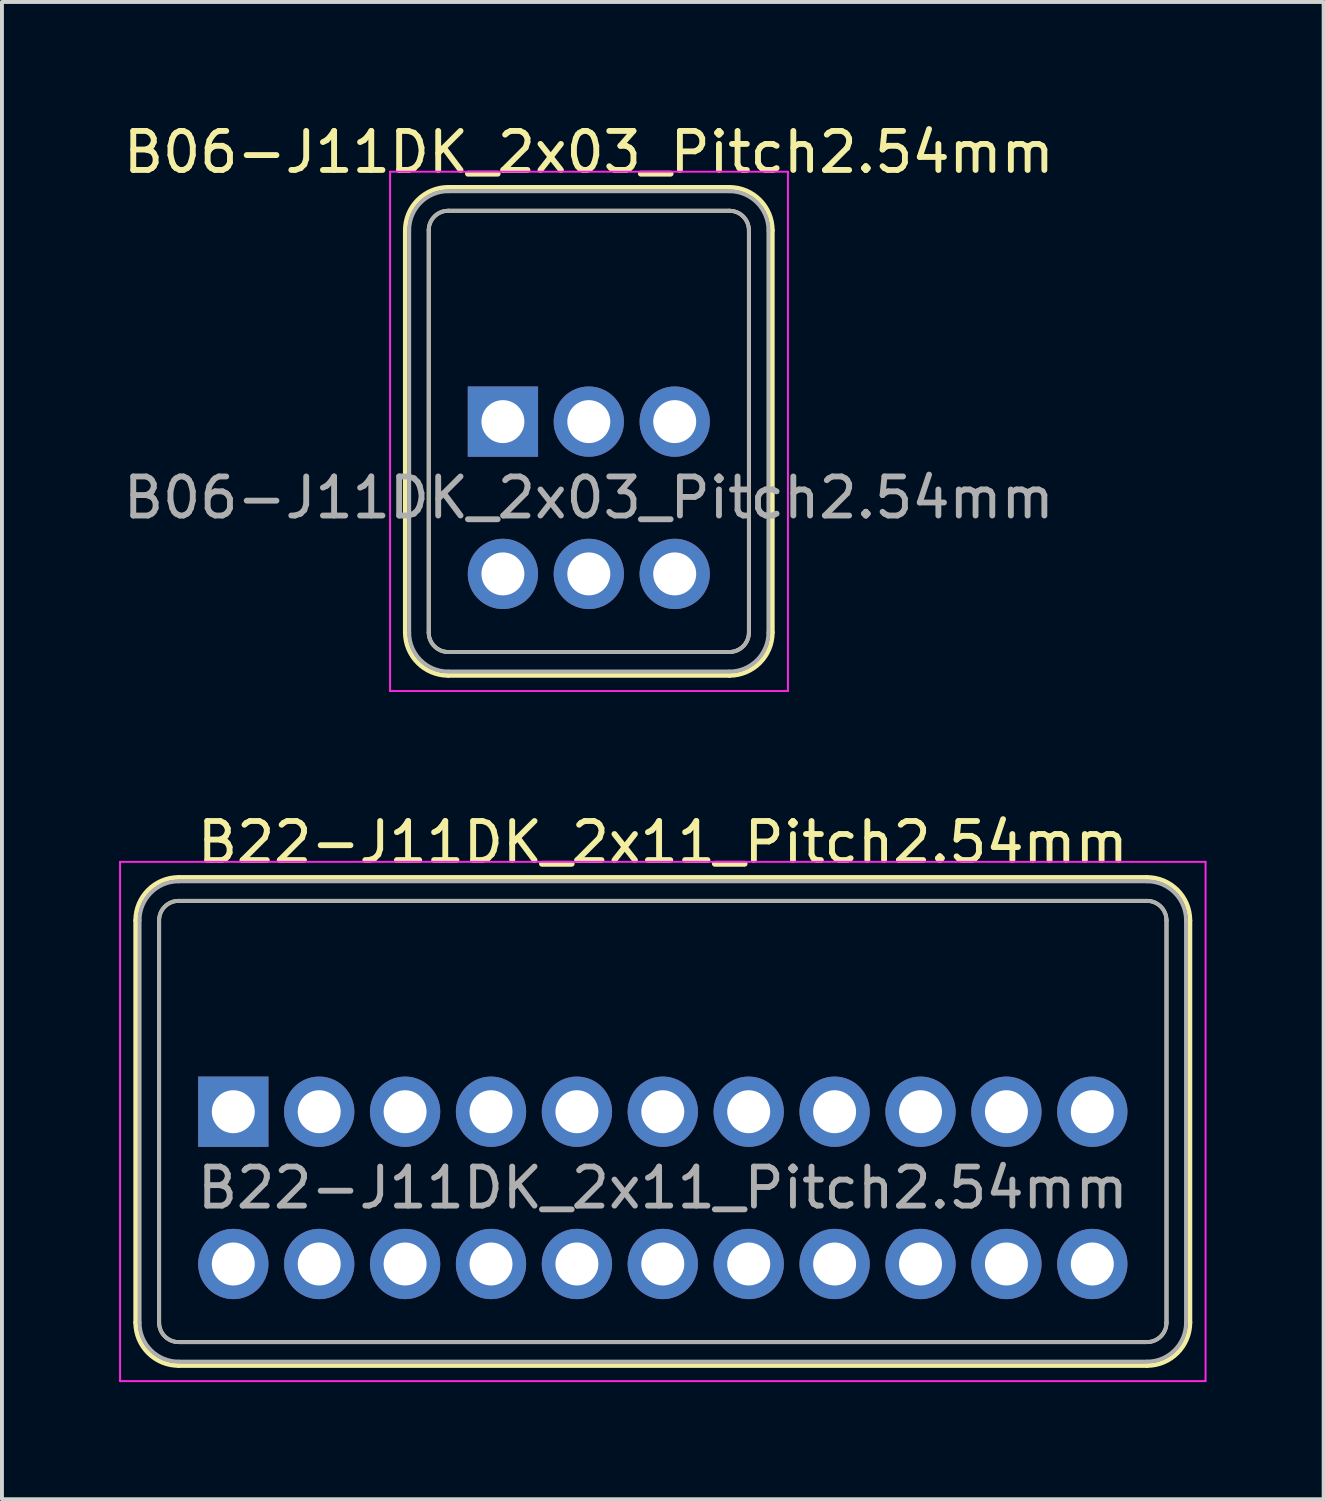
<source format=kicad_pcb>
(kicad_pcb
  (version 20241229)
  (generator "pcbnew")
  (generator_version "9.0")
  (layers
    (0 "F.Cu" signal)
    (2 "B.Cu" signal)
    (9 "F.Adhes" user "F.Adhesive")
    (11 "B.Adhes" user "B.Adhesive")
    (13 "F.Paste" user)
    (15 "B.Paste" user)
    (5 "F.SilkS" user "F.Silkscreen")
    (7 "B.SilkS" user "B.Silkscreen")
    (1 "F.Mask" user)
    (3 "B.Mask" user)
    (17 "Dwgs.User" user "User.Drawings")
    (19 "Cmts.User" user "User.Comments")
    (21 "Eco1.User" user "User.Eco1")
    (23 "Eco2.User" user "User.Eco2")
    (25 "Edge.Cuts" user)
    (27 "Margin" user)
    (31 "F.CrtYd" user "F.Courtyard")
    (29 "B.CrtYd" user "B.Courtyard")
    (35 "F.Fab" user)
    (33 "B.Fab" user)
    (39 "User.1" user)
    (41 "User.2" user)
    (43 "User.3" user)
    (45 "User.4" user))
  (footprint "B22-J11DK_2x11_Pitch2.54mm"
    (layer "F.Cu")
    (at 2.925 25.422)
    (property "Reference" "B22-J11DK_2x11_Pitch2.54mm" (at 11 -6.9 0) (layer "F.SilkS") (effects (font (size 1 1) (thickness 0.15))))
    (attr through_hole)
    (fp_line (start -2.5 -4.9) (end -2.5 5.4) (stroke (width 0.12) (type solid)) (layer "F.SilkS"))
    (fp_line (start -1.9 -4.9) (end -1.9 5.4) (stroke (width 0.1) (type solid)) (layer "F.SilkS"))
    (fp_line (start -1.4 -6) (end 23.4 -6) (stroke (width 0.12) (type solid)) (layer "F.SilkS"))
    (fp_line (start -1.4 -5.4) (end 23.4 -5.4) (stroke (width 0.1) (type solid)) (layer "F.SilkS"))
    (fp_line (start -1.4 5.9) (end 23.4 5.9) (stroke (width 0.1) (type solid)) (layer "F.SilkS"))
    (fp_line (start -1.4 6.5) (end 23.4 6.5) (stroke (width 0.12) (type solid)) (layer "F.SilkS"))
    (fp_line (start 23.9 -4.9) (end 23.9 5.4) (stroke (width 0.1) (type solid)) (layer "F.SilkS"))
    (fp_line (start 24.5 -4.9) (end 24.5 5.4) (stroke (width 0.12) (type solid)) (layer "F.SilkS"))
    (fp_arc (start -2.5 -4.9) (mid -2.177817 -5.677817) (end -1.4 -6) (stroke (width 0.12) (type solid)) (layer "F.SilkS"))
    (fp_arc (start -1.9 -4.9) (mid -1.753553 -5.253553) (end -1.4 -5.4) (stroke (width 0.1) (type solid)) (layer "F.SilkS"))
    (fp_arc (start -1.4 5.9) (mid -1.753553 5.753553) (end -1.9 5.4) (stroke (width 0.1) (type solid)) (layer "F.SilkS"))
    (fp_arc (start -1.4 6.5) (mid -2.177817 6.177817) (end -2.5 5.4) (stroke (width 0.12) (type solid)) (layer "F.SilkS"))
    (fp_arc (start 23.4 -6) (mid 24.177817 -5.677817) (end 24.5 -4.9) (stroke (width 0.12) (type solid)) (layer "F.SilkS"))
    (fp_arc (start 23.4 -5.4) (mid 23.753553 -5.253553) (end 23.9 -4.9) (stroke (width 0.1) (type solid)) (layer "F.SilkS"))
    (fp_arc (start 23.9 5.4) (mid 23.753553 5.753553) (end 23.4 5.9) (stroke (width 0.1) (type solid)) (layer "F.SilkS"))
    (fp_arc (start 24.5 5.4) (mid 24.177817 6.177817) (end 23.4 6.5) (stroke (width 0.12) (type solid)) (layer "F.SilkS"))
    (fp_line (start -2.9 -6.4) (end -2.9 6.9) (stroke (width 0.05) (type solid)) (layer "F.CrtYd"))
    (fp_line (start -2.9 6.9) (end 24.9 6.9) (stroke (width 0.05) (type solid)) (layer "F.CrtYd"))
    (fp_line (start 24.9 -6.4) (end -2.9 -6.4) (stroke (width 0.05) (type solid)) (layer "F.CrtYd"))
    (fp_line (start 24.9 6.9) (end 24.9 -6.4) (stroke (width 0.05) (type solid)) (layer "F.CrtYd"))
    (fp_line (start -2.4 -4.9) (end -2.4 5.4) (stroke (width 0.1) (type solid)) (layer "F.Fab"))
    (fp_line (start -1.9 -4.9) (end -1.9 5.4) (stroke (width 0.1) (type solid)) (layer "F.Fab"))
    (fp_line (start -1.4 -5.9) (end 23.4 -5.9) (stroke (width 0.1) (type solid)) (layer "F.Fab"))
    (fp_line (start -1.4 -5.4) (end 23.4 -5.4) (stroke (width 0.1) (type solid)) (layer "F.Fab"))
    (fp_line (start -1.4 5.9) (end 23.4 5.9) (stroke (width 0.1) (type solid)) (layer "F.Fab"))
    (fp_line (start -1.4 6.4) (end 23.4 6.4) (stroke (width 0.1) (type solid)) (layer "F.Fab"))
    (fp_line (start 23.9 -4.9) (end 23.9 5.4) (stroke (width 0.1) (type solid)) (layer "F.Fab"))
    (fp_line (start 24.4 -4.9) (end 24.4 5.4) (stroke (width 0.1) (type solid)) (layer "F.Fab"))
    (fp_arc (start -2.4 -4.9) (mid -2.107107 -5.607107) (end -1.4 -5.9) (stroke (width 0.1) (type solid)) (layer "F.Fab"))
    (fp_arc (start -1.9 -4.9) (mid -1.753553 -5.253553) (end -1.4 -5.4) (stroke (width 0.1) (type solid)) (layer "F.Fab"))
    (fp_arc (start -1.4 5.9) (mid -1.753553 5.753553) (end -1.9 5.4) (stroke (width 0.1) (type solid)) (layer "F.Fab"))
    (fp_arc (start -1.4 6.4) (mid -2.107107 6.107107) (end -2.4 5.4) (stroke (width 0.1) (type solid)) (layer "F.Fab"))
    (fp_arc (start 23.4 -5.9) (mid 24.107107 -5.607107) (end 24.4 -4.9) (stroke (width 0.1) (type solid)) (layer "F.Fab"))
    (fp_arc (start 23.4 -5.4) (mid 23.753553 -5.253553) (end 23.9 -4.9) (stroke (width 0.1) (type solid)) (layer "F.Fab"))
    (fp_arc (start 23.9 5.4) (mid 23.753553 5.753553) (end 23.4 5.9) (stroke (width 0.1) (type solid)) (layer "F.Fab"))
    (fp_arc (start 24.4 5.4) (mid 24.107107 6.107107) (end 23.4 6.4) (stroke (width 0.1) (type solid)) (layer "F.Fab"))
    (fp_text user "${REFERENCE}" (at 11 1.95 0) (layer "F.Fab") (effects (font (size 1 1) (thickness 0.15))))
    (pad "1" thru_hole rect (at 0 0) (size 1.8 1.8) (drill 1.1) (layers "*.Cu" "*.Mask"))
    (pad "2" thru_hole circle (at 0 3.9) (size 1.8 1.8) (drill 1.1) (layers "*.Cu" "*.Mask"))
    (pad "3" thru_hole circle (at 2.2 0) (size 1.8 1.8) (drill 1.1) (layers "*.Cu" "*.Mask"))
    (pad "4" thru_hole circle (at 2.2 3.9) (size 1.8 1.8) (drill 1.1) (layers "*.Cu" "*.Mask"))
    (pad "5" thru_hole circle (at 4.4 0) (size 1.8 1.8) (drill 1.1) (layers "*.Cu" "*.Mask"))
    (pad "6" thru_hole circle (at 4.4 3.9) (size 1.8 1.8) (drill 1.1) (layers "*.Cu" "*.Mask"))
    (pad "7" thru_hole circle (at 6.6 0) (size 1.8 1.8) (drill 1.1) (layers "*.Cu" "*.Mask"))
    (pad "8" thru_hole circle (at 6.6 3.9) (size 1.8 1.8) (drill 1.1) (layers "*.Cu" "*.Mask"))
    (pad "9" thru_hole circle (at 8.8 0) (size 1.8 1.8) (drill 1.1) (layers "*.Cu" "*.Mask"))
    (pad "10" thru_hole circle (at 8.8 3.9) (size 1.8 1.8) (drill 1.1) (layers "*.Cu" "*.Mask"))
    (pad "11" thru_hole circle (at 11 0) (size 1.8 1.8) (drill 1.1) (layers "*.Cu" "*.Mask"))
    (pad "12" thru_hole circle (at 11 3.9) (size 1.8 1.8) (drill 1.1) (layers "*.Cu" "*.Mask"))
    (pad "13" thru_hole circle (at 13.2 0) (size 1.8 1.8) (drill 1.1) (layers "*.Cu" "*.Mask"))
    (pad "14" thru_hole circle (at 13.2 3.9) (size 1.8 1.8) (drill 1.1) (layers "*.Cu" "*.Mask"))
    (pad "15" thru_hole circle (at 15.4 0) (size 1.8 1.8) (drill 1.1) (layers "*.Cu" "*.Mask"))
    (pad "16" thru_hole circle (at 15.4 3.9) (size 1.8 1.8) (drill 1.1) (layers "*.Cu" "*.Mask"))
    (pad "17" thru_hole circle (at 17.6 0) (size 1.8 1.8) (drill 1.1) (layers "*.Cu" "*.Mask"))
    (pad "18" thru_hole circle (at 17.6 3.9) (size 1.8 1.8) (drill 1.1) (layers "*.Cu" "*.Mask"))
    (pad "19" thru_hole circle (at 19.8 0) (size 1.8 1.8) (drill 1.1) (layers "*.Cu" "*.Mask"))
    (pad "20" thru_hole circle (at 19.8 3.9) (size 1.8 1.8) (drill 1.1) (layers "*.Cu" "*.Mask"))
    (pad "21" thru_hole circle (at 22 0) (size 1.8 1.8) (drill 1.1) (layers "*.Cu" "*.Mask"))
    (pad "22" thru_hole circle (at 22 3.9) (size 1.8 1.8) (drill 1.1) (layers "*.Cu" "*.Mask")))
  (footprint "B06-J11DK_2x03_Pitch2.54mm"
    (layer "F.Cu")
    (at 9.83 7.748)
    (property "Reference" "B06-J11DK_2x03_Pitch2.54mm" (at 2.2 -6.9 0) (layer "F.SilkS") (effects (font (size 1 1) (thickness 0.15))))
    (attr through_hole)
    (fp_line (start -2.5 -4.9) (end -2.5 5.4) (stroke (width 0.12) (type solid)) (layer "F.SilkS"))
    (fp_line (start -1.9 -4.9) (end -1.9 5.4) (stroke (width 0.1) (type solid)) (layer "F.SilkS"))
    (fp_line (start -1.4 -6) (end 5.8 -6) (stroke (width 0.12) (type solid)) (layer "F.SilkS"))
    (fp_line (start -1.4 -5.4) (end 5.8 -5.4) (stroke (width 0.1) (type solid)) (layer "F.SilkS"))
    (fp_line (start -1.4 5.9) (end 5.8 5.9) (stroke (width 0.1) (type solid)) (layer "F.SilkS"))
    (fp_line (start -1.4 6.5) (end 5.8 6.5) (stroke (width 0.12) (type solid)) (layer "F.SilkS"))
    (fp_line (start 6.3 -4.9) (end 6.3 5.4) (stroke (width 0.1) (type solid)) (layer "F.SilkS"))
    (fp_line (start 6.9 -4.9) (end 6.9 5.4) (stroke (width 0.12) (type solid)) (layer "F.SilkS"))
    (fp_arc (start -2.5 -4.9) (mid -2.177817 -5.677817) (end -1.4 -6) (stroke (width 0.12) (type solid)) (layer "F.SilkS"))
    (fp_arc (start -1.9 -4.9) (mid -1.753553 -5.253553) (end -1.4 -5.4) (stroke (width 0.1) (type solid)) (layer "F.SilkS"))
    (fp_arc (start -1.4 5.9) (mid -1.753553 5.753553) (end -1.9 5.4) (stroke (width 0.1) (type solid)) (layer "F.SilkS"))
    (fp_arc (start -1.4 6.5) (mid -2.177817 6.177817) (end -2.5 5.4) (stroke (width 0.12) (type solid)) (layer "F.SilkS"))
    (fp_arc (start 5.8 -6) (mid 6.577817 -5.677817) (end 6.9 -4.9) (stroke (width 0.12) (type solid)) (layer "F.SilkS"))
    (fp_arc (start 5.8 -5.4) (mid 6.153553 -5.253553) (end 6.3 -4.9) (stroke (width 0.1) (type solid)) (layer "F.SilkS"))
    (fp_arc (start 6.3 5.4) (mid 6.153553 5.753553) (end 5.8 5.9) (stroke (width 0.1) (type solid)) (layer "F.SilkS"))
    (fp_arc (start 6.9 5.4) (mid 6.577817 6.177817) (end 5.8 6.5) (stroke (width 0.12) (type solid)) (layer "F.SilkS"))
    (fp_line (start -2.89 -6.4) (end -2.89 6.9) (stroke (width 0.05) (type solid)) (layer "F.CrtYd"))
    (fp_line (start -2.89 6.9) (end 7.3 6.9) (stroke (width 0.05) (type solid)) (layer "F.CrtYd"))
    (fp_line (start 7.3 -6.4) (end -2.89 -6.4) (stroke (width 0.05) (type solid)) (layer "F.CrtYd"))
    (fp_line (start 7.3 6.9) (end 7.3 -6.4) (stroke (width 0.05) (type solid)) (layer "F.CrtYd"))
    (fp_line (start -2.4 -4.9) (end -2.4 5.4) (stroke (width 0.1) (type solid)) (layer "F.Fab"))
    (fp_line (start -1.9 -4.9) (end -1.9 5.4) (stroke (width 0.1) (type solid)) (layer "F.Fab"))
    (fp_line (start -1.4 -5.9) (end 5.8 -5.9) (stroke (width 0.1) (type solid)) (layer "F.Fab"))
    (fp_line (start -1.4 -5.4) (end 5.8 -5.4) (stroke (width 0.1) (type solid)) (layer "F.Fab"))
    (fp_line (start -1.4 5.9) (end 5.8 5.9) (stroke (width 0.1) (type solid)) (layer "F.Fab"))
    (fp_line (start -1.4 6.4) (end 5.8 6.4) (stroke (width 0.1) (type solid)) (layer "F.Fab"))
    (fp_line (start 6.3 -4.9) (end 6.3 5.4) (stroke (width 0.1) (type solid)) (layer "F.Fab"))
    (fp_line (start 6.8 -4.9) (end 6.8 5.4) (stroke (width 0.1) (type solid)) (layer "F.Fab"))
    (fp_arc (start -2.4 -4.9) (mid -2.107107 -5.607107) (end -1.4 -5.9) (stroke (width 0.1) (type solid)) (layer "F.Fab"))
    (fp_arc (start -1.9 -4.9) (mid -1.753553 -5.253553) (end -1.4 -5.4) (stroke (width 0.1) (type solid)) (layer "F.Fab"))
    (fp_arc (start -1.4 5.9) (mid -1.753553 5.753553) (end -1.9 5.4) (stroke (width 0.1) (type solid)) (layer "F.Fab"))
    (fp_arc (start -1.4 6.4) (mid -2.107107 6.107107) (end -2.4 5.4) (stroke (width 0.1) (type solid)) (layer "F.Fab"))
    (fp_arc (start 5.8 -5.9) (mid 6.507107 -5.607107) (end 6.8 -4.9) (stroke (width 0.1) (type solid)) (layer "F.Fab"))
    (fp_arc (start 5.8 -5.4) (mid 6.153553 -5.253553) (end 6.3 -4.9) (stroke (width 0.1) (type solid)) (layer "F.Fab"))
    (fp_arc (start 6.3 5.4) (mid 6.153553 5.753553) (end 5.8 5.9) (stroke (width 0.1) (type solid)) (layer "F.Fab"))
    (fp_arc (start 6.8 5.4) (mid 6.507107 6.107107) (end 5.8 6.4) (stroke (width 0.1) (type solid)) (layer "F.Fab"))
    (fp_text user "${REFERENCE}" (at 2.2 1.95 0) (layer "F.Fab") (effects (font (size 1 1) (thickness 0.15))))
    (pad "1" thru_hole rect (at 0 0) (size 1.8 1.8) (drill 1.1) (layers "*.Cu" "*.Mask"))
    (pad "2" thru_hole circle (at 0 3.9) (size 1.8 1.8) (drill 1.1) (layers "*.Cu" "*.Mask"))
    (pad "3" thru_hole circle (at 2.2 0) (size 1.8 1.8) (drill 1.1) (layers "*.Cu" "*.Mask"))
    (pad "4" thru_hole circle (at 2.2 3.9) (size 1.8 1.8) (drill 1.1) (layers "*.Cu" "*.Mask"))
    (pad "5" thru_hole circle (at 4.4 0) (size 1.8 1.8) (drill 1.1) (layers "*.Cu" "*.Mask"))
    (pad "6" thru_hole circle (at 4.4 3.9) (size 1.8 1.8) (drill 1.1) (layers "*.Cu" "*.Mask")))
  (gr_rect
    (start -3 -3)
    (end 30.85 35.346)
    (stroke (width 0.1) (type default))
    (fill no)
    (layer "Edge.Cuts")))
</source>
